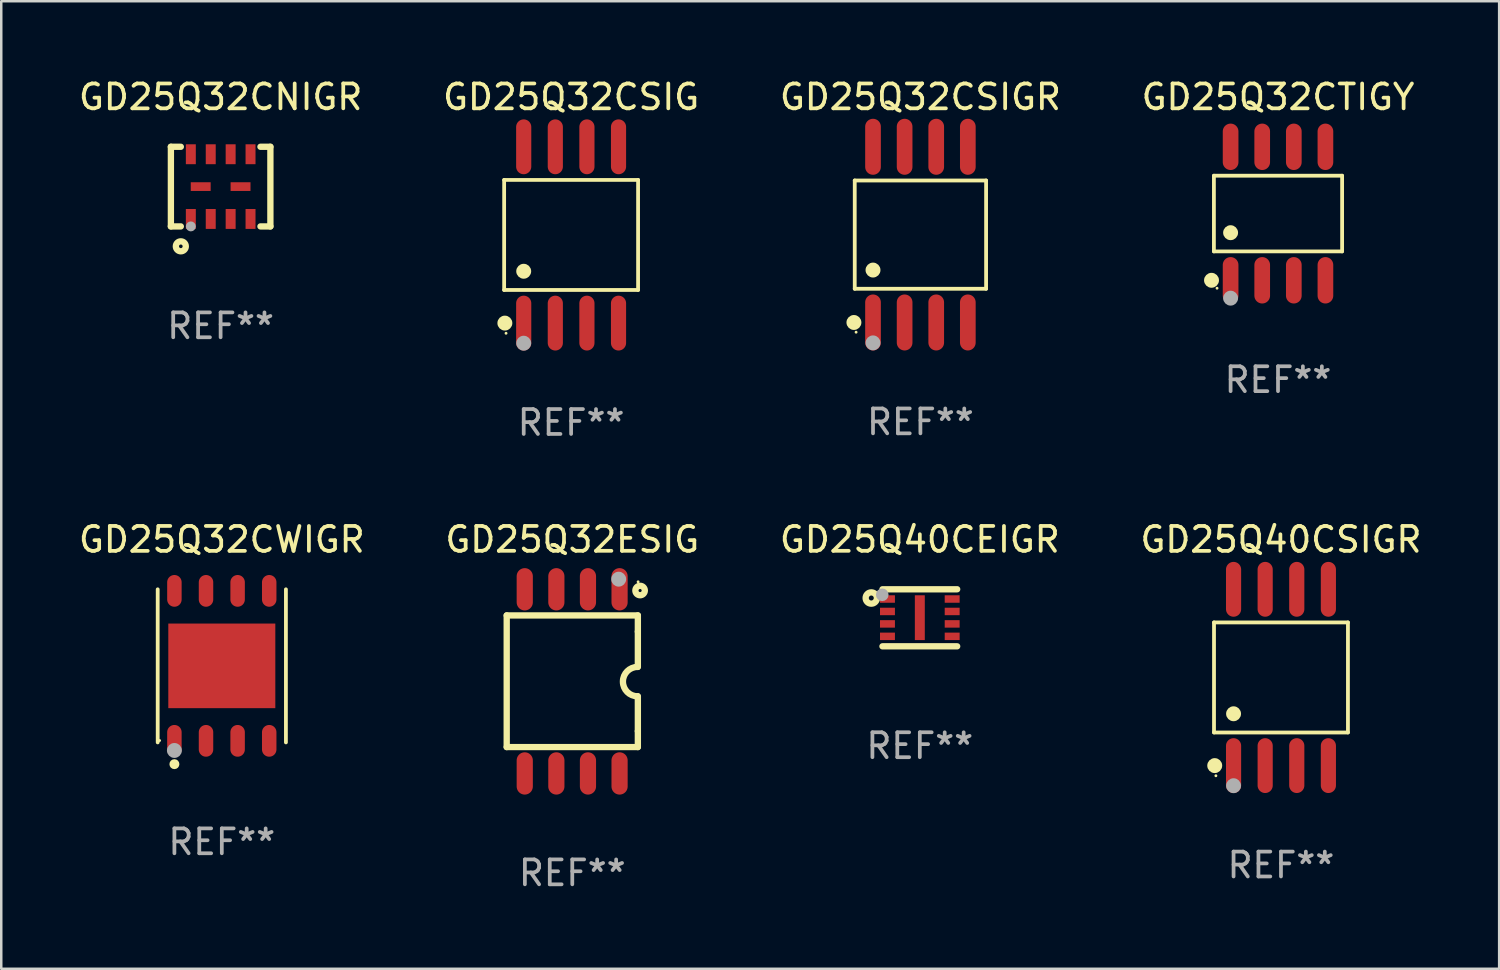
<source format=kicad_pcb>
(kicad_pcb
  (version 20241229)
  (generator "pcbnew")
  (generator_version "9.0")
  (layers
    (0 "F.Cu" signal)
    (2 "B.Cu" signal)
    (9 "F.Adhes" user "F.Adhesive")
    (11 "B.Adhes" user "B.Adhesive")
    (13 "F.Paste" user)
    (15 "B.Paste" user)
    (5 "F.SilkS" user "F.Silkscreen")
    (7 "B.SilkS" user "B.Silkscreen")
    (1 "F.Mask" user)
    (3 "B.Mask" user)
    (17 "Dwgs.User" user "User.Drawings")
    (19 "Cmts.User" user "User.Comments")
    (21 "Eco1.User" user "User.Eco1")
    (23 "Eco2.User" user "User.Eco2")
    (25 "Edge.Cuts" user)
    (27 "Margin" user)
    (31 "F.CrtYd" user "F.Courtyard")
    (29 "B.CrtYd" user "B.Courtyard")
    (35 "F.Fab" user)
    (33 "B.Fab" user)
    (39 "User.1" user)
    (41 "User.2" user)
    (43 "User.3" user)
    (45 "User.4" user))
  (footprint "GD25Q40CSIGR"
    (layer "F.Cu")
    (at 48.423 24.172)
    (property "Reference" "GD25Q40CSIGR" (at 0 -5.542 0) (layer "F.SilkS") (effects (font (size 1 1) (thickness 0.15))))
    (attr through_hole)
    (fp_line (start -2.691 -2.211) (end 2.691 -2.211) (stroke (width 0.152) (type solid)) (layer "F.SilkS"))
    (fp_line (start -2.691 2.211) (end -2.691 -2.211) (stroke (width 0.152) (type solid)) (layer "F.SilkS"))
    (fp_line (start 2.691 -2.211) (end 2.691 2.211) (stroke (width 0.152) (type solid)) (layer "F.SilkS"))
    (fp_line (start 2.691 2.211) (end -2.691 2.211) (stroke (width 0.152) (type solid)) (layer "F.SilkS"))
    (fp_circle (center -2.662 3.542) (end -2.512 3.542) (stroke (width 0.3) (type solid)) (fill no) (layer "F.SilkS"))
    (fp_circle (center -2.615 3.95) (end -2.585 3.95) (stroke (width 0.06) (type solid)) (fill no) (layer "F.SilkS"))
    (fp_circle (center -1.905 1.459) (end -1.755 1.459) (stroke (width 0.3) (type solid)) (fill no) (layer "F.SilkS"))
    (fp_circle (center -1.905 4.35) (end -1.755 4.35) (stroke (width 0.3) (type solid)) (fill no) (layer "F.Fab"))
    (fp_text user "REF**" (at 0 7.542 0) (layer "F.Fab") (effects (font (size 1 1) (thickness 0.15))))
    (pad "1" smd oval (at -1.905 3.542) (size 0.609 2.204) (layers "F.Cu" "F.Mask" "F.Paste"))
    (pad "2" smd oval (at -0.635 3.542) (size 0.609 2.204) (layers "F.Cu" "F.Mask" "F.Paste"))
    (pad "3" smd oval (at 0.635 3.542) (size 0.609 2.204) (layers "F.Cu" "F.Mask" "F.Paste"))
    (pad "4" smd oval (at 1.905 3.542) (size 0.609 2.204) (layers "F.Cu" "F.Mask" "F.Paste"))
    (pad "5" smd oval (at 1.905 -3.542) (size 0.609 2.204) (layers "F.Cu" "F.Mask" "F.Paste"))
    (pad "6" smd oval (at 0.635 -3.542) (size 0.609 2.204) (layers "F.Cu" "F.Mask" "F.Paste"))
    (pad "7" smd oval (at -0.635 -3.542) (size 0.609 2.204) (layers "F.Cu" "F.Mask" "F.Paste"))
    (pad "8" smd oval (at -1.905 -3.542) (size 0.609 2.204) (layers "F.Cu" "F.Mask" "F.Paste")))
  (footprint "GD25Q32ESIG"
    (layer "F.Cu")
    (at 19.946 24.329)
    (property "Reference" "GD25Q32ESIG" (at 0 -5.7 0) (layer "F.SilkS") (effects (font (size 1 1) (thickness 0.15))))
    (attr through_hole)
    (fp_line (start -2.635 -2.65) (end 2.635 -2.65) (stroke (width 0.254) (type solid)) (layer "F.SilkS"))
    (fp_line (start -2.635 2.64) (end -2.635 -2.65) (stroke (width 0.254) (type solid)) (layer "F.SilkS"))
    (fp_line (start 2.635 -2) (end 2.635 -2.65) (stroke (width 0.254) (type solid)) (layer "F.SilkS"))
    (fp_line (start 2.635 -0.58) (end 2.635 -2) (stroke (width 0.254) (type solid)) (layer "F.SilkS"))
    (fp_line (start 2.635 2) (end 2.635 0.6) (stroke (width 0.254) (type solid)) (layer "F.SilkS"))
    (fp_line (start 2.635 2) (end 2.635 2.64) (stroke (width 0.254) (type solid)) (layer "F.SilkS"))
    (fp_line (start 2.635 2.64) (end -2.635 2.64) (stroke (width 0.254) (type solid)) (layer "F.SilkS"))
    (fp_arc (start 2.624968 0.6) (mid 2.03665 0.009995) (end 2.624968 -0.58001) (stroke (width 0.254001) (type solid)) (layer "F.SilkS"))
    (fp_circle (center 2.645 -4) (end 2.675 -4) (stroke (width 0.06) (type solid)) (fill no) (layer "F.SilkS"))
    (fp_circle (center 2.725 -3.65) (end 2.915 -3.65) (stroke (width 0.254) (type solid)) (fill no) (layer "F.SilkS"))
    (fp_circle (center 1.864 -4.106) (end 2.014 -4.106) (stroke (width 0.3) (type solid)) (fill no) (layer "F.Fab"))
    (fp_text user "REF**" (at 0 7.7 0) (layer "F.Fab") (effects (font (size 1 1) (thickness 0.15))))
    (pad "1" smd oval (at 1.9 -3.7) (size 0.65 1.7) (layers "F.Cu" "F.Mask" "F.Paste"))
    (pad "2" smd oval (at 0.63 -3.7) (size 0.65 1.7) (layers "F.Cu" "F.Mask" "F.Paste"))
    (pad "3" smd oval (at -0.64 -3.7) (size 0.65 1.7) (layers "F.Cu" "F.Mask" "F.Paste"))
    (pad "4" smd oval (at -1.91 -3.7) (size 0.65 1.7) (layers "F.Cu" "F.Mask" "F.Paste"))
    (pad "5" smd oval (at -1.91 3.7) (size 0.65 1.7) (layers "F.Cu" "F.Mask" "F.Paste"))
    (pad "6" smd oval (at -0.64 3.7) (size 0.65 1.7) (layers "F.Cu" "F.Mask" "F.Paste"))
    (pad "7" smd oval (at 0.63 3.7) (size 0.65 1.7) (layers "F.Cu" "F.Mask" "F.Paste"))
    (pad "8" smd oval (at 1.9 3.7) (size 0.65 1.7) (layers "F.Cu" "F.Mask" "F.Paste")))
  (footprint "GD25Q32CSIG"
    (layer "F.Cu")
    (at 19.899 6.391)
    (property "Reference" "GD25Q32CSIG" (at 0 -5.542 0) (layer "F.SilkS") (effects (font (size 1 1) (thickness 0.15))))
    (attr through_hole)
    (fp_line (start -2.691 -2.211) (end 2.691 -2.211) (stroke (width 0.152) (type solid)) (layer "F.SilkS"))
    (fp_line (start -2.691 2.211) (end -2.691 -2.211) (stroke (width 0.152) (type solid)) (layer "F.SilkS"))
    (fp_line (start 2.691 -2.211) (end 2.691 2.211) (stroke (width 0.152) (type solid)) (layer "F.SilkS"))
    (fp_line (start 2.691 2.211) (end -2.691 2.211) (stroke (width 0.152) (type solid)) (layer "F.SilkS"))
    (fp_circle (center -2.662 3.542) (end -2.512 3.542) (stroke (width 0.3) (type solid)) (fill no) (layer "F.SilkS"))
    (fp_circle (center -2.615 3.95) (end -2.585 3.95) (stroke (width 0.06) (type solid)) (fill no) (layer "F.SilkS"))
    (fp_circle (center -1.905 1.459) (end -1.755 1.459) (stroke (width 0.3) (type solid)) (fill no) (layer "F.SilkS"))
    (fp_circle (center -1.905 4.35) (end -1.755 4.35) (stroke (width 0.3) (type solid)) (fill no) (layer "F.Fab"))
    (fp_text user "REF**" (at 0 7.542 0) (layer "F.Fab") (effects (font (size 1 1) (thickness 0.15))))
    (pad "1" smd oval (at -1.905 3.542) (size 0.609 2.204) (layers "F.Cu" "F.Mask" "F.Paste"))
    (pad "2" smd oval (at -0.635 3.542) (size 0.609 2.204) (layers "F.Cu" "F.Mask" "F.Paste"))
    (pad "3" smd oval (at 0.635 3.542) (size 0.609 2.204) (layers "F.Cu" "F.Mask" "F.Paste"))
    (pad "4" smd oval (at 1.905 3.542) (size 0.609 2.204) (layers "F.Cu" "F.Mask" "F.Paste"))
    (pad "5" smd oval (at 1.905 -3.542) (size 0.609 2.204) (layers "F.Cu" "F.Mask" "F.Paste"))
    (pad "6" smd oval (at 0.635 -3.542) (size 0.609 2.204) (layers "F.Cu" "F.Mask" "F.Paste"))
    (pad "7" smd oval (at -0.635 -3.542) (size 0.609 2.204) (layers "F.Cu" "F.Mask" "F.Paste"))
    (pad "8" smd oval (at -1.905 -3.542) (size 0.609 2.204) (layers "F.Cu" "F.Mask" "F.Paste")))
  (footprint "GD25Q32CSIGR"
    (layer "F.Cu")
    (at 33.935 6.378)
    (property "Reference" "GD25Q32CSIGR" (at 0 -5.53 0) (layer "F.SilkS") (effects (font (size 1 1) (thickness 0.15))))
    (attr through_hole)
    (fp_line (start -2.639 -2.176) (end 2.639 -2.176) (stroke (width 0.152) (type solid)) (layer "F.SilkS"))
    (fp_line (start -2.639 2.176) (end -2.639 -2.176) (stroke (width 0.152) (type solid)) (layer "F.SilkS"))
    (fp_line (start 2.639 -2.176) (end 2.639 2.176) (stroke (width 0.152) (type solid)) (layer "F.SilkS"))
    (fp_line (start 2.639 2.176) (end -2.639 2.176) (stroke (width 0.152) (type solid)) (layer "F.SilkS"))
    (fp_circle (center -2.672 3.53) (end -2.522 3.53) (stroke (width 0.3) (type solid)) (fill no) (layer "F.SilkS"))
    (fp_circle (center -2.585 3.92) (end -2.555 3.92) (stroke (width 0.06) (type solid)) (fill no) (layer "F.SilkS"))
    (fp_circle (center -1.905 1.424) (end -1.755 1.424) (stroke (width 0.3) (type solid)) (fill no) (layer "F.SilkS"))
    (fp_circle (center -1.905 4.35) (end -1.755 4.35) (stroke (width 0.3) (type solid)) (fill no) (layer "F.Fab"))
    (fp_text user "REF**" (at 0 7.53 0) (layer "F.Fab") (effects (font (size 1 1) (thickness 0.15))))
    (pad "1" smd oval (at -1.905 3.53) (size 0.63 2.25) (layers "F.Cu" "F.Mask" "F.Paste"))
    (pad "2" smd oval (at -0.635 3.53) (size 0.63 2.25) (layers "F.Cu" "F.Mask" "F.Paste"))
    (pad "3" smd oval (at 0.635 3.53) (size 0.63 2.25) (layers "F.Cu" "F.Mask" "F.Paste"))
    (pad "4" smd oval (at 1.905 3.53) (size 0.63 2.25) (layers "F.Cu" "F.Mask" "F.Paste"))
    (pad "5" smd oval (at 1.905 -3.53) (size 0.63 2.25) (layers "F.Cu" "F.Mask" "F.Paste"))
    (pad "6" smd oval (at 0.635 -3.53) (size 0.63 2.25) (layers "F.Cu" "F.Mask" "F.Paste"))
    (pad "7" smd oval (at -0.635 -3.53) (size 0.63 2.25) (layers "F.Cu" "F.Mask" "F.Paste"))
    (pad "8" smd oval (at -1.905 -3.53) (size 0.63 2.25) (layers "F.Cu" "F.Mask" "F.Paste")))
  (footprint "GD25Q32CWIGR"
    (layer "F.Cu")
    (at 5.863 23.706)
    (property "Reference" "GD25Q32CWIGR" (at 0 -5.076 0) (layer "F.SilkS") (effects (font (size 1 1) (thickness 0.15))))
    (attr through_hole)
    (fp_line (start -2.576 3.076) (end -2.576 -3.076) (stroke (width 0.152) (type solid)) (layer "F.SilkS"))
    (fp_line (start 2.576 -3.076) (end 2.576 3.076) (stroke (width 0.152) (type solid)) (layer "F.SilkS"))
    (fp_circle (center -2.5 3) (end -2.47 3) (stroke (width 0.06) (type solid)) (fill no) (layer "F.SilkS"))
    (fp_circle (center -1.905 3.95) (end -1.805 3.95) (stroke (width 0.2) (type solid)) (fill no) (layer "F.SilkS"))
    (fp_circle (center -1.905 3.4) (end -1.755 3.4) (stroke (width 0.3) (type solid)) (fill no) (layer "F.Fab"))
    (fp_text user "REF**" (at 0 7.076 0) (layer "F.Fab") (effects (font (size 1 1) (thickness 0.15))))
    (pad "1" smd oval (at -1.905 3.013) (size 0.581 1.276) (layers "F.Cu" "F.Mask" "F.Paste"))
    (pad "2" smd oval (at -0.635 3.013) (size 0.581 1.276) (layers "F.Cu" "F.Mask" "F.Paste"))
    (pad "3" smd oval (at 0.635 3.013) (size 0.581 1.276) (layers "F.Cu" "F.Mask" "F.Paste"))
    (pad "4" smd oval (at 1.905 3.013) (size 0.581 1.276) (layers "F.Cu" "F.Mask" "F.Paste"))
    (pad "5" smd oval (at 1.905 -3.013) (size 0.581 1.276) (layers "F.Cu" "F.Mask" "F.Paste"))
    (pad "6" smd oval (at 0.635 -3.013) (size 0.581 1.276) (layers "F.Cu" "F.Mask" "F.Paste"))
    (pad "7" smd oval (at -0.635 -3.013) (size 0.581 1.276) (layers "F.Cu" "F.Mask" "F.Paste"))
    (pad "8" smd oval (at -1.905 -3.013) (size 0.581 1.276) (layers "F.Cu" "F.Mask" "F.Paste"))
    (pad "9" smd rect (at 0 0) (size 4.3 3.4) (layers "F.Cu" "F.Mask" "F.Paste")))
  (footprint "GD25Q40CEIGR"
    (layer "F.Cu")
    (at 33.911 21.775)
    (property "Reference" "GD25Q40CEIGR" (at 0 -3.146 0) (layer "F.SilkS") (effects (font (size 1 1) (thickness 0.15))))
    (attr through_hole)
    (fp_line (start 1.501 -1.146) (end -1.501 -1.146) (stroke (width 0.254) (type solid)) (layer "F.SilkS"))
    (fp_line (start 1.501 1.146) (end -1.501 1.146) (stroke (width 0.254) (type solid)) (layer "F.SilkS"))
    (fp_circle (center -1.95 -0.795) (end -1.85 -0.795) (stroke (width 0.254) (type solid)) (fill no) (layer "F.SilkS"))
    (fp_circle (center -1.5 -1.005) (end -1.47 -1.005) (stroke (width 0.06) (type solid)) (fill no) (layer "F.SilkS"))
    (fp_circle (center -1.51 -0.925) (end -1.383 -0.925) (stroke (width 0.254) (type solid)) (fill no) (layer "F.Fab"))
    (fp_text user "REF**" (at 0 5.146 0) (layer "F.Fab") (effects (font (size 1 1) (thickness 0.15))))
    (pad "1" smd rect (at -1.3 -0.755) (size 0.6 0.3) (layers "F.Cu" "F.Mask" "F.Paste"))
    (pad "2" smd rect (at -1.3 -0.255) (size 0.6 0.3) (layers "F.Cu" "F.Mask" "F.Paste"))
    (pad "3" smd rect (at -1.3 0.245) (size 0.6 0.3) (layers "F.Cu" "F.Mask" "F.Paste"))
    (pad "4" smd rect (at -1.3 0.745) (size 0.6 0.3) (layers "F.Cu" "F.Mask" "F.Paste"))
    (pad "5" smd rect (at 1.3 0.745) (size 0.6 0.3) (layers "F.Cu" "F.Mask" "F.Paste"))
    (pad "6" smd rect (at 1.3 0.245) (size 0.6 0.3) (layers "F.Cu" "F.Mask" "F.Paste"))
    (pad "7" smd rect (at 1.3 -0.255) (size 0.6 0.3) (layers "F.Cu" "F.Mask" "F.Paste"))
    (pad "8" smd rect (at 1.3 -0.755) (size 0.6 0.3) (layers "F.Cu" "F.Mask" "F.Paste"))
    (pad "9" smd rect (at 0.000013 -0.005) (size 0.4 1.8) (layers "F.Cu" "F.Mask" "F.Paste")))
  (footprint "GD25Q32CTIGY"
    (layer "F.Cu")
    (at 48.304 5.531)
    (property "Reference" "GD25Q32CTIGY" (at 0 -4.682 0) (layer "F.SilkS") (effects (font (size 1 1) (thickness 0.15))))
    (attr through_hole)
    (fp_line (start -2.576 -1.521) (end 2.576 -1.521) (stroke (width 0.152) (type solid)) (layer "F.SilkS"))
    (fp_line (start -2.576 1.521) (end -2.576 -1.521) (stroke (width 0.152) (type solid)) (layer "F.SilkS"))
    (fp_line (start 2.576 -1.521) (end 2.576 1.521) (stroke (width 0.152) (type solid)) (layer "F.SilkS"))
    (fp_line (start 2.576 1.521) (end -2.576 1.521) (stroke (width 0.152) (type solid)) (layer "F.SilkS"))
    (fp_circle (center -2.672 2.682) (end -2.522 2.682) (stroke (width 0.3) (type solid)) (fill no) (layer "F.SilkS"))
    (fp_circle (center -2.45 3) (end -2.42 3) (stroke (width 0.06) (type solid)) (fill no) (layer "F.SilkS"))
    (fp_circle (center -1.905 0.769) (end -1.755 0.769) (stroke (width 0.3) (type solid)) (fill no) (layer "F.SilkS"))
    (fp_circle (center -1.905 3.4) (end -1.755 3.4) (stroke (width 0.3) (type solid)) (fill no) (layer "F.Fab"))
    (fp_text user "REF**" (at 0 6.682 0) (layer "F.Fab") (effects (font (size 1 1) (thickness 0.15))))
    (pad "1" smd oval (at -1.905 2.682) (size 0.63 1.865) (layers "F.Cu" "F.Mask" "F.Paste"))
    (pad "2" smd oval (at -0.635 2.682) (size 0.63 1.865) (layers "F.Cu" "F.Mask" "F.Paste"))
    (pad "3" smd oval (at 0.635 2.682) (size 0.63 1.865) (layers "F.Cu" "F.Mask" "F.Paste"))
    (pad "4" smd oval (at 1.905 2.682) (size 0.63 1.865) (layers "F.Cu" "F.Mask" "F.Paste"))
    (pad "5" smd oval (at 1.905 -2.682) (size 0.63 1.865) (layers "F.Cu" "F.Mask" "F.Paste"))
    (pad "6" smd oval (at 0.635 -2.682) (size 0.63 1.865) (layers "F.Cu" "F.Mask" "F.Paste"))
    (pad "7" smd oval (at -0.635 -2.682) (size 0.63 1.865) (layers "F.Cu" "F.Mask" "F.Paste"))
    (pad "8" smd oval (at -1.905 -2.682) (size 0.63 1.865) (layers "F.Cu" "F.Mask" "F.Paste")))
  (footprint "GD25Q32CNIGR"
    (layer "F.Cu")
    (at 5.815 4.448)
    (property "Reference" "GD25Q32CNIGR" (at 0 -3.6 0) (layer "F.SilkS") (effects (font (size 1 1) (thickness 0.15))))
    (attr through_hole)
    (fp_line (start -2 -1.6) (end -1.599 -1.6) (stroke (width 0.254) (type solid)) (layer "F.SilkS"))
    (fp_line (start -2 1.6) (end -1.599 1.6) (stroke (width 0.254) (type solid)) (layer "F.SilkS"))
    (fp_line (start -1.998 -1.6) (end -1.998 1.6) (stroke (width 0.254) (type solid)) (layer "F.SilkS"))
    (fp_line (start 2 -1.6) (end 1.601 -1.6) (stroke (width 0.254) (type solid)) (layer "F.SilkS"))
    (fp_line (start 2 1.6) (end 1.601 1.6) (stroke (width 0.254) (type solid)) (layer "F.SilkS"))
    (fp_line (start 2 1.6) (end 2 -1.6) (stroke (width 0.254) (type solid)) (layer "F.SilkS"))
    (fp_circle (center -1.997 1.5) (end -1.967 1.5) (stroke (width 0.06) (type solid)) (fill no) (layer "F.SilkS"))
    (fp_circle (center -1.599 2.4) (end -1.399 2.4) (stroke (width 0.254) (type solid)) (fill no) (layer "F.SilkS"))
    (fp_circle (center -1.197 1.6) (end -1.097 1.6) (stroke (width 0.2) (type solid)) (fill no) (layer "F.Fab"))
    (fp_text user "REF**" (at 0 5.6 0) (layer "F.Fab") (effects (font (size 1 1) (thickness 0.15))))
    (pad "1" smd rect (at -1.197 1.3) (size 0.4 0.8) (layers "F.Cu" "F.Mask" "F.Paste"))
    (pad "2" smd rect (at -0.397 1.3) (size 0.4 0.8) (layers "F.Cu" "F.Mask" "F.Paste"))
    (pad "3" smd rect (at 0.403 1.3) (size 0.4 0.8) (layers "F.Cu" "F.Mask" "F.Paste"))
    (pad "4" smd rect (at 1.202 1.3) (size 0.4 0.8) (layers "F.Cu" "F.Mask" "F.Paste"))
    (pad "5" smd rect (at 1.202 -1.3) (size 0.4 0.8) (layers "F.Cu" "F.Mask" "F.Paste"))
    (pad "6" smd rect (at 0.403 -1.3) (size 0.4 0.8) (layers "F.Cu" "F.Mask" "F.Paste"))
    (pad "7" smd rect (at -0.397 -1.3) (size 0.4 0.8) (layers "F.Cu" "F.Mask" "F.Paste"))
    (pad "8" smd rect (at -1.197 -1.3) (size 0.4 0.8) (layers "F.Cu" "F.Mask" "F.Paste"))
    (pad "9" smd rect (at -0.8 0.00014 90) (size 0.35 0.8) (layers "F.Cu" "F.Mask" "F.Paste"))
    (pad "10" smd rect (at 0.801 0.00014 90) (size 0.35 0.8) (layers "F.Cu" "F.Mask" "F.Paste")))
  (gr_rect
    (start -3 -3)
    (end 57.19 35.878)
    (stroke (width 0.1) (type default))
    (fill no)
    (layer "Edge.Cuts")))
</source>
